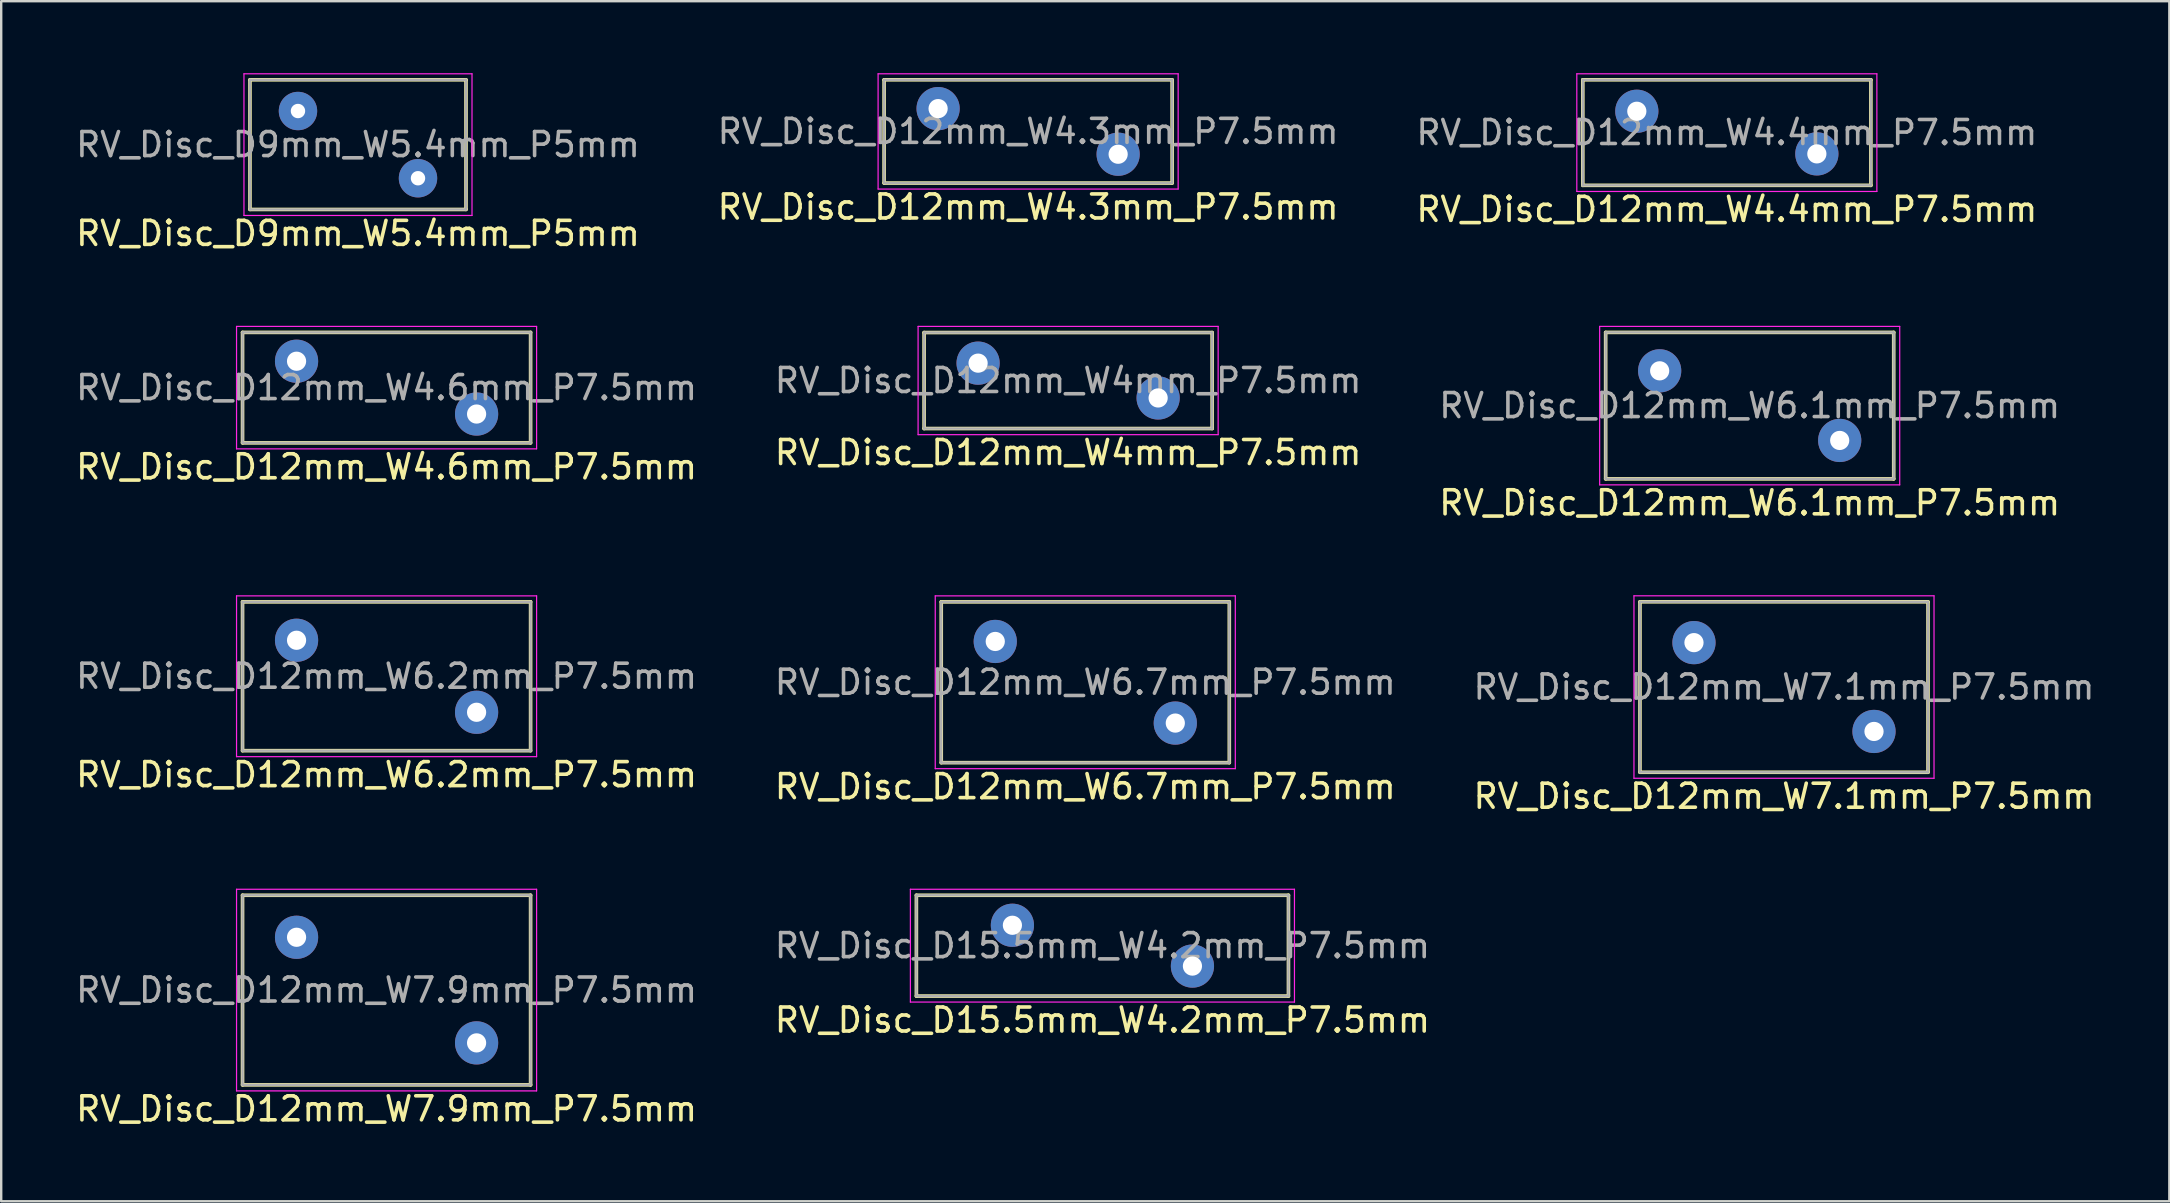
<source format=kicad_pcb>
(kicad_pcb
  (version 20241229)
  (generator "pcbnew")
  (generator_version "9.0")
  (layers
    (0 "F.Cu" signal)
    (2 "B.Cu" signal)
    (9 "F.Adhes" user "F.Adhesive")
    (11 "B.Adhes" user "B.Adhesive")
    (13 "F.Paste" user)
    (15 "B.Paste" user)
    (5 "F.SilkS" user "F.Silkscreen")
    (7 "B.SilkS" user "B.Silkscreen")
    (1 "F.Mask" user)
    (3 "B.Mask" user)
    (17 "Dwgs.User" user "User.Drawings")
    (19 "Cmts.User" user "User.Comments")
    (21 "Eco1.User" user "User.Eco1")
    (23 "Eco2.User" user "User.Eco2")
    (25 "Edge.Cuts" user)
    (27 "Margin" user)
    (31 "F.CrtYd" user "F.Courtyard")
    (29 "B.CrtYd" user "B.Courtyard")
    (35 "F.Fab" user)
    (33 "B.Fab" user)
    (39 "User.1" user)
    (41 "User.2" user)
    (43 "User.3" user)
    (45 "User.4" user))
  (footprint "RV_Disc_D12mm_W4.6mm_P7.5mm"
    (layer "F.Cu")
    (at 9.304 11.998)
    (property "Reference" "RV_Disc_D12mm_W4.6mm_P7.5mm" (at 3.75 4.4 0) (layer "F.SilkS") (effects (font (size 1 1) (thickness 0.15))))
    (attr through_hole)
    (fp_line (start -2.25 -1.2) (end -2.25 3.4) (stroke (width 0.15) (type solid)) (layer "F.SilkS"))
    (fp_line (start -2.25 -1.2) (end 9.75 -1.2) (stroke (width 0.15) (type solid)) (layer "F.SilkS"))
    (fp_line (start -2.25 3.4) (end 9.75 3.4) (stroke (width 0.15) (type solid)) (layer "F.SilkS"))
    (fp_line (start 9.75 -1.2) (end 9.75 3.4) (stroke (width 0.15) (type solid)) (layer "F.SilkS"))
    (fp_line (start -2.5 -1.45) (end -2.5 3.65) (stroke (width 0.05) (type solid)) (layer "F.CrtYd"))
    (fp_line (start -2.5 -1.45) (end 10 -1.45) (stroke (width 0.05) (type solid)) (layer "F.CrtYd"))
    (fp_line (start -2.5 3.65) (end 10 3.65) (stroke (width 0.05) (type solid)) (layer "F.CrtYd"))
    (fp_line (start 10 -1.45) (end 10 3.65) (stroke (width 0.05) (type solid)) (layer "F.CrtYd"))
    (fp_line (start -2.25 -1.2) (end -2.25 3.4) (stroke (width 0.1) (type solid)) (layer "F.Fab"))
    (fp_line (start -2.25 -1.2) (end 9.75 -1.2) (stroke (width 0.1) (type solid)) (layer "F.Fab"))
    (fp_line (start -2.25 3.4) (end 9.75 3.4) (stroke (width 0.1) (type solid)) (layer "F.Fab"))
    (fp_line (start 9.75 -1.2) (end 9.75 3.4) (stroke (width 0.1) (type solid)) (layer "F.Fab"))
    (fp_text user "${REFERENCE}" (at 3.75 1.1 0) (layer "F.Fab") (effects (font (size 1 1) (thickness 0.15))))
    (pad "1" thru_hole circle (at 0 0) (size 1.8 1.8) (drill 0.8) (layers "*.Cu" "*.Mask"))
    (pad "2" thru_hole circle (at 7.5 2.2) (size 1.8 1.8) (drill 0.8) (layers "*.Cu" "*.Mask")))
  (footprint "RV_Disc_D12mm_W7.1mm_P7.5mm"
    (layer "F.Cu")
    (at 67.518 23.721)
    (property "Reference" "RV_Disc_D12mm_W7.1mm_P7.5mm" (at 3.75 6.4 0) (layer "F.SilkS") (effects (font (size 1 1) (thickness 0.15))))
    (attr through_hole)
    (fp_line (start -2.25 -1.7) (end -2.25 5.4) (stroke (width 0.15) (type solid)) (layer "F.SilkS"))
    (fp_line (start -2.25 -1.7) (end 9.75 -1.7) (stroke (width 0.15) (type solid)) (layer "F.SilkS"))
    (fp_line (start -2.25 5.4) (end 9.75 5.4) (stroke (width 0.15) (type solid)) (layer "F.SilkS"))
    (fp_line (start 9.75 -1.7) (end 9.75 5.4) (stroke (width 0.15) (type solid)) (layer "F.SilkS"))
    (fp_line (start -2.5 -1.95) (end -2.5 5.65) (stroke (width 0.05) (type solid)) (layer "F.CrtYd"))
    (fp_line (start -2.5 -1.95) (end 10 -1.95) (stroke (width 0.05) (type solid)) (layer "F.CrtYd"))
    (fp_line (start -2.5 5.65) (end 10 5.65) (stroke (width 0.05) (type solid)) (layer "F.CrtYd"))
    (fp_line (start 10 -1.95) (end 10 5.65) (stroke (width 0.05) (type solid)) (layer "F.CrtYd"))
    (fp_line (start -2.25 -1.7) (end -2.25 5.4) (stroke (width 0.1) (type solid)) (layer "F.Fab"))
    (fp_line (start -2.25 -1.7) (end 9.75 -1.7) (stroke (width 0.1) (type solid)) (layer "F.Fab"))
    (fp_line (start -2.25 5.4) (end 9.75 5.4) (stroke (width 0.1) (type solid)) (layer "F.Fab"))
    (fp_line (start 9.75 -1.7) (end 9.75 5.4) (stroke (width 0.1) (type solid)) (layer "F.Fab"))
    (fp_text user "${REFERENCE}" (at 3.75 1.85 0) (layer "F.Fab") (effects (font (size 1 1) (thickness 0.15))))
    (pad "1" thru_hole circle (at 0 0) (size 1.8 1.8) (drill 0.8) (layers "*.Cu" "*.Mask"))
    (pad "2" thru_hole circle (at 7.5 3.7) (size 1.8 1.8) (drill 0.8) (layers "*.Cu" "*.Mask")))
  (footprint "RV_Disc_D12mm_W6.1mm_P7.5mm"
    (layer "F.Cu")
    (at 66.089 12.398)
    (property "Reference" "RV_Disc_D12mm_W6.1mm_P7.5mm" (at 3.75 5.5 0) (layer "F.SilkS") (effects (font (size 1 1) (thickness 0.15))))
    (attr through_hole)
    (fp_line (start -2.25 -1.6) (end -2.25 4.5) (stroke (width 0.15) (type solid)) (layer "F.SilkS"))
    (fp_line (start -2.25 -1.6) (end 9.75 -1.6) (stroke (width 0.15) (type solid)) (layer "F.SilkS"))
    (fp_line (start -2.25 4.5) (end 9.75 4.5) (stroke (width 0.15) (type solid)) (layer "F.SilkS"))
    (fp_line (start 9.75 -1.6) (end 9.75 4.5) (stroke (width 0.15) (type solid)) (layer "F.SilkS"))
    (fp_line (start -2.5 -1.85) (end -2.5 4.75) (stroke (width 0.05) (type solid)) (layer "F.CrtYd"))
    (fp_line (start -2.5 -1.85) (end 10 -1.85) (stroke (width 0.05) (type solid)) (layer "F.CrtYd"))
    (fp_line (start -2.5 4.75) (end 10 4.75) (stroke (width 0.05) (type solid)) (layer "F.CrtYd"))
    (fp_line (start 10 -1.85) (end 10 4.75) (stroke (width 0.05) (type solid)) (layer "F.CrtYd"))
    (fp_line (start -2.25 -1.6) (end -2.25 4.5) (stroke (width 0.1) (type solid)) (layer "F.Fab"))
    (fp_line (start -2.25 -1.6) (end 9.75 -1.6) (stroke (width 0.1) (type solid)) (layer "F.Fab"))
    (fp_line (start -2.25 4.5) (end 9.75 4.5) (stroke (width 0.1) (type solid)) (layer "F.Fab"))
    (fp_line (start 9.75 -1.6) (end 9.75 4.5) (stroke (width 0.1) (type solid)) (layer "F.Fab"))
    (fp_text user "${REFERENCE}" (at 3.75 1.45 0) (layer "F.Fab") (effects (font (size 1 1) (thickness 0.15))))
    (pad "1" thru_hole circle (at 0 0) (size 1.8 1.8) (drill 0.8) (layers "*.Cu" "*.Mask"))
    (pad "2" thru_hole circle (at 7.5 2.9) (size 1.8 1.8) (drill 0.8) (layers "*.Cu" "*.Mask")))
  (footprint "RV_Disc_D9mm_W5.4mm_P5mm"
    (layer "F.Cu")
    (at 9.363 1.575)
    (property "Reference" "RV_Disc_D9mm_W5.4mm_P5mm" (at 2.5 5.1 0) (layer "F.SilkS") (effects (font (size 1 1) (thickness 0.15))))
    (attr through_hole)
    (fp_line (start -2 -1.3) (end -2 4.1) (stroke (width 0.15) (type solid)) (layer "F.SilkS"))
    (fp_line (start -2 -1.3) (end 7 -1.3) (stroke (width 0.15) (type solid)) (layer "F.SilkS"))
    (fp_line (start -2 4.1) (end 7 4.1) (stroke (width 0.15) (type solid)) (layer "F.SilkS"))
    (fp_line (start 7 -1.3) (end 7 4.1) (stroke (width 0.15) (type solid)) (layer "F.SilkS"))
    (fp_line (start -2.25 -1.55) (end -2.25 4.35) (stroke (width 0.05) (type solid)) (layer "F.CrtYd"))
    (fp_line (start -2.25 -1.55) (end 7.25 -1.55) (stroke (width 0.05) (type solid)) (layer "F.CrtYd"))
    (fp_line (start -2.25 4.35) (end 7.25 4.35) (stroke (width 0.05) (type solid)) (layer "F.CrtYd"))
    (fp_line (start 7.25 -1.55) (end 7.25 4.35) (stroke (width 0.05) (type solid)) (layer "F.CrtYd"))
    (fp_line (start -2 -1.3) (end -2 4.1) (stroke (width 0.1) (type solid)) (layer "F.Fab"))
    (fp_line (start -2 -1.3) (end 7 -1.3) (stroke (width 0.1) (type solid)) (layer "F.Fab"))
    (fp_line (start -2 4.1) (end 7 4.1) (stroke (width 0.1) (type solid)) (layer "F.Fab"))
    (fp_line (start 7 -1.3) (end 7 4.1) (stroke (width 0.1) (type solid)) (layer "F.Fab"))
    (fp_text user "${REFERENCE}" (at 2.5 1.4 0) (layer "F.Fab") (effects (font (size 1 1) (thickness 0.15))))
    (pad "1" thru_hole circle (at 0 0) (size 1.6 1.6) (drill 0.6) (layers "*.Cu" "*.Mask"))
    (pad "2" thru_hole circle (at 5 2.8) (size 1.6 1.6) (drill 0.6) (layers "*.Cu" "*.Mask")))
  (footprint "RV_Disc_D12mm_W6.2mm_P7.5mm"
    (layer "F.Cu")
    (at 9.304 23.622)
    (property "Reference" "RV_Disc_D12mm_W6.2mm_P7.5mm" (at 3.75 5.6 0) (layer "F.SilkS") (effects (font (size 1 1) (thickness 0.15))))
    (attr through_hole)
    (fp_line (start -2.25 -1.6) (end -2.25 4.6) (stroke (width 0.15) (type solid)) (layer "F.SilkS"))
    (fp_line (start -2.25 -1.6) (end 9.75 -1.6) (stroke (width 0.15) (type solid)) (layer "F.SilkS"))
    (fp_line (start -2.25 4.6) (end 9.75 4.6) (stroke (width 0.15) (type solid)) (layer "F.SilkS"))
    (fp_line (start 9.75 -1.6) (end 9.75 4.6) (stroke (width 0.15) (type solid)) (layer "F.SilkS"))
    (fp_line (start -2.5 -1.85) (end -2.5 4.85) (stroke (width 0.05) (type solid)) (layer "F.CrtYd"))
    (fp_line (start -2.5 -1.85) (end 10 -1.85) (stroke (width 0.05) (type solid)) (layer "F.CrtYd"))
    (fp_line (start -2.5 4.85) (end 10 4.85) (stroke (width 0.05) (type solid)) (layer "F.CrtYd"))
    (fp_line (start 10 -1.85) (end 10 4.85) (stroke (width 0.05) (type solid)) (layer "F.CrtYd"))
    (fp_line (start -2.25 -1.6) (end -2.25 4.6) (stroke (width 0.1) (type solid)) (layer "F.Fab"))
    (fp_line (start -2.25 -1.6) (end 9.75 -1.6) (stroke (width 0.1) (type solid)) (layer "F.Fab"))
    (fp_line (start -2.25 4.6) (end 9.75 4.6) (stroke (width 0.1) (type solid)) (layer "F.Fab"))
    (fp_line (start 9.75 -1.6) (end 9.75 4.6) (stroke (width 0.1) (type solid)) (layer "F.Fab"))
    (fp_text user "${REFERENCE}" (at 3.75 1.5 0) (layer "F.Fab") (effects (font (size 1 1) (thickness 0.15))))
    (pad "1" thru_hole circle (at 0 0) (size 1.8 1.8) (drill 0.8) (layers "*.Cu" "*.Mask"))
    (pad "2" thru_hole circle (at 7.5 3) (size 1.8 1.8) (drill 0.8) (layers "*.Cu" "*.Mask")))
  (footprint "RV_Disc_D12mm_W7.9mm_P7.5mm"
    (layer "F.Cu")
    (at 9.304 35.995)
    (property "Reference" "RV_Disc_D12mm_W7.9mm_P7.5mm" (at 3.75 7.15 0) (layer "F.SilkS") (effects (font (size 1 1) (thickness 0.15))))
    (attr through_hole)
    (fp_line (start -2.25 -1.75) (end -2.25 6.15) (stroke (width 0.15) (type solid)) (layer "F.SilkS"))
    (fp_line (start -2.25 -1.75) (end 9.75 -1.75) (stroke (width 0.15) (type solid)) (layer "F.SilkS"))
    (fp_line (start -2.25 6.15) (end 9.75 6.15) (stroke (width 0.15) (type solid)) (layer "F.SilkS"))
    (fp_line (start 9.75 -1.75) (end 9.75 6.15) (stroke (width 0.15) (type solid)) (layer "F.SilkS"))
    (fp_line (start -2.5 -2) (end -2.5 6.4) (stroke (width 0.05) (type solid)) (layer "F.CrtYd"))
    (fp_line (start -2.5 -2) (end 10 -2) (stroke (width 0.05) (type solid)) (layer "F.CrtYd"))
    (fp_line (start -2.5 6.4) (end 10 6.4) (stroke (width 0.05) (type solid)) (layer "F.CrtYd"))
    (fp_line (start 10 -2) (end 10 6.4) (stroke (width 0.05) (type solid)) (layer "F.CrtYd"))
    (fp_line (start -2.25 -1.75) (end -2.25 6.15) (stroke (width 0.1) (type solid)) (layer "F.Fab"))
    (fp_line (start -2.25 -1.75) (end 9.75 -1.75) (stroke (width 0.1) (type solid)) (layer "F.Fab"))
    (fp_line (start -2.25 6.15) (end 9.75 6.15) (stroke (width 0.1) (type solid)) (layer "F.Fab"))
    (fp_line (start 9.75 -1.75) (end 9.75 6.15) (stroke (width 0.1) (type solid)) (layer "F.Fab"))
    (fp_text user "${REFERENCE}" (at 3.75 2.2 0) (layer "F.Fab") (effects (font (size 1 1) (thickness 0.15))))
    (pad "1" thru_hole circle (at 0 0) (size 1.8 1.8) (drill 0.8) (layers "*.Cu" "*.Mask"))
    (pad "2" thru_hole circle (at 7.5 4.4) (size 1.8 1.8) (drill 0.8) (layers "*.Cu" "*.Mask")))
  (footprint "RV_Disc_D12mm_W4.3mm_P7.5mm"
    (layer "F.Cu")
    (at 36.03 1.475)
    (property "Reference" "RV_Disc_D12mm_W4.3mm_P7.5mm" (at 3.75 4.1 0) (layer "F.SilkS") (effects (font (size 1 1) (thickness 0.15))))
    (attr through_hole)
    (fp_line (start -2.25 -1.2) (end -2.25 3.1) (stroke (width 0.15) (type solid)) (layer "F.SilkS"))
    (fp_line (start -2.25 -1.2) (end 9.75 -1.2) (stroke (width 0.15) (type solid)) (layer "F.SilkS"))
    (fp_line (start -2.25 3.1) (end 9.75 3.1) (stroke (width 0.15) (type solid)) (layer "F.SilkS"))
    (fp_line (start 9.75 -1.2) (end 9.75 3.1) (stroke (width 0.15) (type solid)) (layer "F.SilkS"))
    (fp_line (start -2.5 -1.45) (end -2.5 3.35) (stroke (width 0.05) (type solid)) (layer "F.CrtYd"))
    (fp_line (start -2.5 -1.45) (end 10 -1.45) (stroke (width 0.05) (type solid)) (layer "F.CrtYd"))
    (fp_line (start -2.5 3.35) (end 10 3.35) (stroke (width 0.05) (type solid)) (layer "F.CrtYd"))
    (fp_line (start 10 -1.45) (end 10 3.35) (stroke (width 0.05) (type solid)) (layer "F.CrtYd"))
    (fp_line (start -2.25 -1.2) (end -2.25 3.1) (stroke (width 0.1) (type solid)) (layer "F.Fab"))
    (fp_line (start -2.25 -1.2) (end 9.75 -1.2) (stroke (width 0.1) (type solid)) (layer "F.Fab"))
    (fp_line (start -2.25 3.1) (end 9.75 3.1) (stroke (width 0.1) (type solid)) (layer "F.Fab"))
    (fp_line (start 9.75 -1.2) (end 9.75 3.1) (stroke (width 0.1) (type solid)) (layer "F.Fab"))
    (fp_text user "${REFERENCE}" (at 3.75 0.95 0) (layer "F.Fab") (effects (font (size 1 1) (thickness 0.15))))
    (pad "1" thru_hole circle (at 0 0) (size 1.8 1.8) (drill 0.8) (layers "*.Cu" "*.Mask"))
    (pad "2" thru_hole circle (at 7.5 1.9) (size 1.8 1.8) (drill 0.8) (layers "*.Cu" "*.Mask")))
  (footprint "RV_Disc_D12mm_W6.7mm_P7.5mm"
    (layer "F.Cu")
    (at 38.411 23.672)
    (property "Reference" "RV_Disc_D12mm_W6.7mm_P7.5mm" (at 3.75 6.05 0) (layer "F.SilkS") (effects (font (size 1 1) (thickness 0.15))))
    (attr through_hole)
    (fp_line (start -2.25 -1.65) (end -2.25 5.05) (stroke (width 0.15) (type solid)) (layer "F.SilkS"))
    (fp_line (start -2.25 -1.65) (end 9.75 -1.65) (stroke (width 0.15) (type solid)) (layer "F.SilkS"))
    (fp_line (start -2.25 5.05) (end 9.75 5.05) (stroke (width 0.15) (type solid)) (layer "F.SilkS"))
    (fp_line (start 9.75 -1.65) (end 9.75 5.05) (stroke (width 0.15) (type solid)) (layer "F.SilkS"))
    (fp_line (start -2.5 -1.9) (end -2.5 5.3) (stroke (width 0.05) (type solid)) (layer "F.CrtYd"))
    (fp_line (start -2.5 -1.9) (end 10 -1.9) (stroke (width 0.05) (type solid)) (layer "F.CrtYd"))
    (fp_line (start -2.5 5.3) (end 10 5.3) (stroke (width 0.05) (type solid)) (layer "F.CrtYd"))
    (fp_line (start 10 -1.9) (end 10 5.3) (stroke (width 0.05) (type solid)) (layer "F.CrtYd"))
    (fp_line (start -2.25 -1.65) (end -2.25 5.05) (stroke (width 0.1) (type solid)) (layer "F.Fab"))
    (fp_line (start -2.25 -1.65) (end 9.75 -1.65) (stroke (width 0.1) (type solid)) (layer "F.Fab"))
    (fp_line (start -2.25 5.05) (end 9.75 5.05) (stroke (width 0.1) (type solid)) (layer "F.Fab"))
    (fp_line (start 9.75 -1.65) (end 9.75 5.05) (stroke (width 0.1) (type solid)) (layer "F.Fab"))
    (fp_text user "${REFERENCE}" (at 3.75 1.7 0) (layer "F.Fab") (effects (font (size 1 1) (thickness 0.15))))
    (pad "1" thru_hole circle (at 0 0) (size 1.8 1.8) (drill 0.8) (layers "*.Cu" "*.Mask"))
    (pad "2" thru_hole circle (at 7.5 3.4) (size 1.8 1.8) (drill 0.8) (layers "*.Cu" "*.Mask")))
  (footprint "RV_Disc_D12mm_W4.4mm_P7.5mm"
    (layer "F.Cu")
    (at 65.137 1.585)
    (property "Reference" "RV_Disc_D12mm_W4.4mm_P7.5mm" (at 3.75 4.088 0) (layer "F.SilkS") (effects (font (size 1 1) (thickness 0.15))))
    (attr through_hole)
    (fp_line (start -2.25 -1.312) (end -2.25 3.087) (stroke (width 0.15) (type solid)) (layer "F.SilkS"))
    (fp_line (start -2.25 -1.312) (end 9.75 -1.312) (stroke (width 0.15) (type solid)) (layer "F.SilkS"))
    (fp_line (start -2.25 3.087) (end 9.75 3.087) (stroke (width 0.15) (type solid)) (layer "F.SilkS"))
    (fp_line (start 9.75 -1.312) (end 9.75 3.087) (stroke (width 0.15) (type solid)) (layer "F.SilkS"))
    (fp_line (start -2.5 -1.56) (end -2.5 3.34) (stroke (width 0.05) (type solid)) (layer "F.CrtYd"))
    (fp_line (start -2.5 -1.56) (end 10 -1.56) (stroke (width 0.05) (type solid)) (layer "F.CrtYd"))
    (fp_line (start -2.5 3.34) (end 10 3.34) (stroke (width 0.05) (type solid)) (layer "F.CrtYd"))
    (fp_line (start 10 -1.56) (end 10 3.34) (stroke (width 0.05) (type solid)) (layer "F.CrtYd"))
    (fp_line (start -2.25 -1.312) (end -2.25 3.087) (stroke (width 0.1) (type solid)) (layer "F.Fab"))
    (fp_line (start -2.25 -1.312) (end 9.75 -1.312) (stroke (width 0.1) (type solid)) (layer "F.Fab"))
    (fp_line (start -2.25 3.087) (end 9.75 3.087) (stroke (width 0.1) (type solid)) (layer "F.Fab"))
    (fp_line (start 9.75 -1.312) (end 9.75 3.087) (stroke (width 0.1) (type solid)) (layer "F.Fab"))
    (fp_text user "${REFERENCE}" (at 3.75 0.887 0) (layer "F.Fab") (effects (font (size 1 1) (thickness 0.15))))
    (pad "1" thru_hole circle (at 0 0) (size 1.8 1.8) (drill 0.8) (layers "*.Cu" "*.Mask"))
    (pad "2" thru_hole circle (at 7.5 1.775) (size 1.8 1.8) (drill 0.8) (layers "*.Cu" "*.Mask")))
  (footprint "RV_Disc_D15.5mm_W4.2mm_P7.5mm"
    (layer "F.Cu")
    (at 39.125 35.495)
    (property "Reference" "RV_Disc_D15.5mm_W4.2mm_P7.5mm" (at 3.75 3.95 0) (layer "F.SilkS") (effects (font (size 1 1) (thickness 0.15))))
    (attr through_hole)
    (fp_line (start -4 -1.25) (end -4 2.95) (stroke (width 0.15) (type solid)) (layer "F.SilkS"))
    (fp_line (start -4 -1.25) (end 11.5 -1.25) (stroke (width 0.15) (type solid)) (layer "F.SilkS"))
    (fp_line (start -4 2.95) (end 11.5 2.95) (stroke (width 0.15) (type solid)) (layer "F.SilkS"))
    (fp_line (start 11.5 -1.25) (end 11.5 2.95) (stroke (width 0.15) (type solid)) (layer "F.SilkS"))
    (fp_line (start -4.25 -1.5) (end -4.25 3.2) (stroke (width 0.05) (type solid)) (layer "F.CrtYd"))
    (fp_line (start -4.25 -1.5) (end 11.75 -1.5) (stroke (width 0.05) (type solid)) (layer "F.CrtYd"))
    (fp_line (start -4.25 3.2) (end 11.75 3.2) (stroke (width 0.05) (type solid)) (layer "F.CrtYd"))
    (fp_line (start 11.75 -1.5) (end 11.75 3.2) (stroke (width 0.05) (type solid)) (layer "F.CrtYd"))
    (fp_line (start -4 -1.25) (end -4 2.95) (stroke (width 0.1) (type solid)) (layer "F.Fab"))
    (fp_line (start -4 -1.25) (end 11.5 -1.25) (stroke (width 0.1) (type solid)) (layer "F.Fab"))
    (fp_line (start -4 2.95) (end 11.5 2.95) (stroke (width 0.1) (type solid)) (layer "F.Fab"))
    (fp_line (start 11.5 -1.25) (end 11.5 2.95) (stroke (width 0.1) (type solid)) (layer "F.Fab"))
    (fp_text user "${REFERENCE}" (at 3.75 0.85 0) (layer "F.Fab") (effects (font (size 1 1) (thickness 0.15))))
    (pad "1" thru_hole circle (at 0 0) (size 1.8 1.8) (drill 0.8) (layers "*.Cu" "*.Mask"))
    (pad "2" thru_hole circle (at 7.5 1.7) (size 1.8 1.8) (drill 0.8) (layers "*.Cu" "*.Mask")))
  (footprint "RV_Disc_D12mm_W4mm_P7.5mm"
    (layer "F.Cu")
    (at 37.696 12.078)
    (property "Reference" "RV_Disc_D12mm_W4mm_P7.5mm" (at 3.75 3.725 0) (layer "F.SilkS") (effects (font (size 1 1) (thickness 0.15))))
    (attr through_hole)
    (fp_line (start -2.25 -1.275) (end -2.25 2.725) (stroke (width 0.15) (type solid)) (layer "F.SilkS"))
    (fp_line (start -2.25 -1.275) (end 9.75 -1.275) (stroke (width 0.15) (type solid)) (layer "F.SilkS"))
    (fp_line (start -2.25 2.725) (end 9.75 2.725) (stroke (width 0.15) (type solid)) (layer "F.SilkS"))
    (fp_line (start 9.75 -1.275) (end 9.75 2.725) (stroke (width 0.15) (type solid)) (layer "F.SilkS"))
    (fp_line (start -2.5 -1.53) (end -2.5 2.98) (stroke (width 0.05) (type solid)) (layer "F.CrtYd"))
    (fp_line (start -2.5 -1.53) (end 10 -1.53) (stroke (width 0.05) (type solid)) (layer "F.CrtYd"))
    (fp_line (start -2.5 2.98) (end 10 2.98) (stroke (width 0.05) (type solid)) (layer "F.CrtYd"))
    (fp_line (start 10 -1.53) (end 10 2.98) (stroke (width 0.05) (type solid)) (layer "F.CrtYd"))
    (fp_line (start -2.25 -1.275) (end -2.25 2.725) (stroke (width 0.1) (type solid)) (layer "F.Fab"))
    (fp_line (start -2.25 -1.275) (end 9.75 -1.275) (stroke (width 0.1) (type solid)) (layer "F.Fab"))
    (fp_line (start -2.25 2.725) (end 9.75 2.725) (stroke (width 0.1) (type solid)) (layer "F.Fab"))
    (fp_line (start 9.75 -1.275) (end 9.75 2.725) (stroke (width 0.1) (type solid)) (layer "F.Fab"))
    (fp_text user "${REFERENCE}" (at 3.75 0.725 0) (layer "F.Fab") (effects (font (size 1 1) (thickness 0.15))))
    (pad "1" thru_hole circle (at 0 0) (size 1.8 1.8) (drill 0.8) (layers "*.Cu" "*.Mask"))
    (pad "2" thru_hole circle (at 7.5 1.45) (size 1.8 1.8) (drill 0.8) (layers "*.Cu" "*.Mask")))
  (gr_rect
    (start -3 -3)
    (end 87.321 46.993)
    (stroke (width 0.1) (type default))
    (fill no)
    (layer "Edge.Cuts")))
</source>
